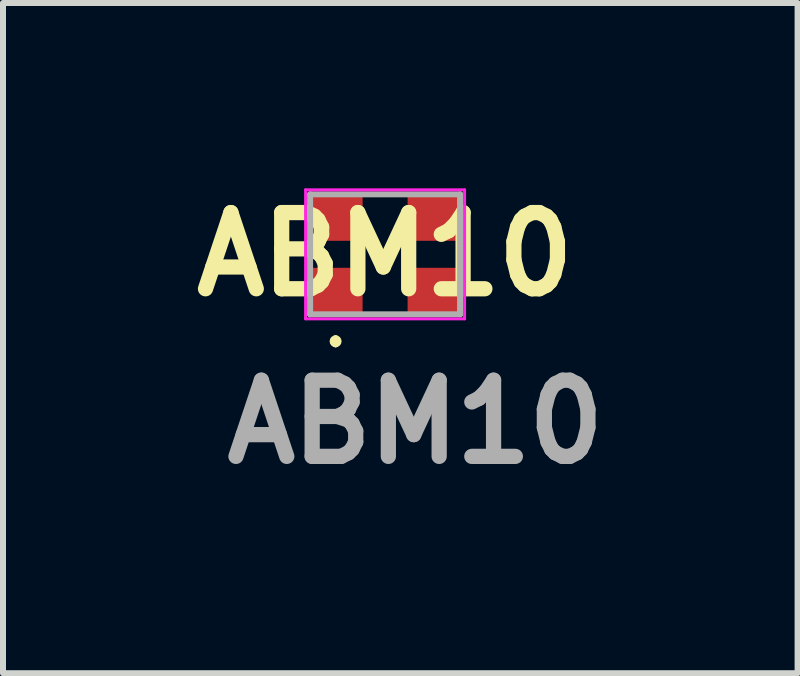
<source format=kicad_pcb>
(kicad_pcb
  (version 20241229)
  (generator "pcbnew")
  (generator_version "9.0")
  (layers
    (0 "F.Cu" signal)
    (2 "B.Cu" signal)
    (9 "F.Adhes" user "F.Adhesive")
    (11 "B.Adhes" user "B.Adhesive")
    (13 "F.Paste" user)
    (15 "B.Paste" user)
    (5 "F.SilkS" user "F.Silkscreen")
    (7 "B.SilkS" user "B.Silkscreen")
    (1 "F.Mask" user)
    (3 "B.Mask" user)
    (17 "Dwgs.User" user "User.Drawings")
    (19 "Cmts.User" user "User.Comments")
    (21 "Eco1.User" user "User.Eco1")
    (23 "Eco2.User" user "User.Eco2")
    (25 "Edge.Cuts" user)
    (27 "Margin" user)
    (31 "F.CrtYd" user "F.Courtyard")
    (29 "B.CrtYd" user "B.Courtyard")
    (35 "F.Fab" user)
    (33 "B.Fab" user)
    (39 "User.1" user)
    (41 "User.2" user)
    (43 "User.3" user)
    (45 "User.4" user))
  (footprint "ABM10"
    (layer "F.Cu")
    (at 3.369 1.189)
    (property "Reference" "ABM10" (at 0 0 0) (layer "F.SilkS") (effects (font (size 1.27 1.27) (thickness 0.254))))
    (attr smd)
    (fp_line (start -0.825 1.4) (end -0.825 1.4) (stroke (width 0.1) (type solid)) (layer "F.SilkS"))
    (fp_line (start -0.825 1.5) (end -0.825 1.5) (stroke (width 0.1) (type solid)) (layer "F.SilkS"))
    (fp_arc (start -0.825 1.4) (mid -0.775 1.45) (end -0.825 1.5) (stroke (width 0.1) (type solid)) (layer "F.SilkS"))
    (fp_arc (start -0.825 1.5) (mid -0.875 1.45) (end -0.825 1.4) (stroke (width 0.1) (type solid)) (layer "F.SilkS"))
    (fp_line (start -1.325 1.075) (end -1.325 -1.075) (stroke (width 0.05) (type default)) (layer "F.CrtYd"))
    (fp_line (start 1.325 -1.075) (end -1.325 -1.075) (stroke (width 0.05) (type default)) (layer "F.CrtYd"))
    (fp_line (start 1.325 1.075) (end -1.325 1.075) (stroke (width 0.05) (type default)) (layer "F.CrtYd"))
    (fp_line (start 1.325 1.075) (end 1.325 -1.075) (stroke (width 0.05) (type default)) (layer "F.CrtYd"))
    (fp_line (start -1.25 -1) (end 1.25 -1) (stroke (width 0.1) (type solid)) (layer "F.Fab"))
    (fp_line (start -1.25 1) (end -1.25 -1) (stroke (width 0.1) (type solid)) (layer "F.Fab"))
    (fp_line (start 1.25 -1) (end 1.25 1) (stroke (width 0.1) (type solid)) (layer "F.Fab"))
    (fp_line (start 1.25 1) (end -1.25 1) (stroke (width 0.1) (type solid)) (layer "F.Fab"))
    (fp_text user "${REFERENCE}" (at 0.508 2.794 0) (layer "F.Fab") (effects (font (size 1.27 1.27) (thickness 0.254))))
    (pad "1" smd rect (at -0.825 0.625 90) (size 0.8 0.9) (layers "F.Cu" "F.Mask" "F.Paste"))
    (pad "2" smd rect (at 0.825 0.625 90) (size 0.8 0.9) (layers "F.Cu" "F.Mask" "F.Paste"))
    (pad "3" smd rect (at 0.825 -0.625 90) (size 0.8 0.9) (layers "F.Cu" "F.Mask" "F.Paste"))
    (pad "4" smd rect (at -0.825 -0.625 90) (size 0.8 0.9) (layers "F.Cu" "F.Mask" "F.Paste")))
  (gr_rect
    (start -3 -3)
    (end 10.245 8.171)
    (stroke (width 0.1) (type default))
    (fill no)
    (layer "Edge.Cuts")))
</source>
